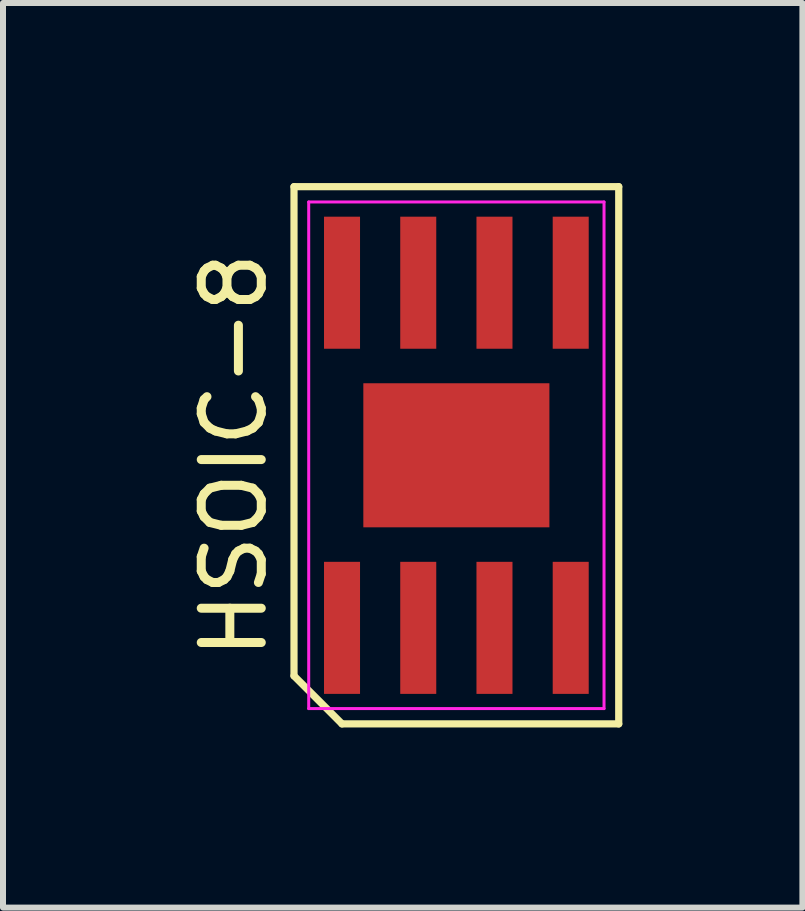
<source format=kicad_pcb>
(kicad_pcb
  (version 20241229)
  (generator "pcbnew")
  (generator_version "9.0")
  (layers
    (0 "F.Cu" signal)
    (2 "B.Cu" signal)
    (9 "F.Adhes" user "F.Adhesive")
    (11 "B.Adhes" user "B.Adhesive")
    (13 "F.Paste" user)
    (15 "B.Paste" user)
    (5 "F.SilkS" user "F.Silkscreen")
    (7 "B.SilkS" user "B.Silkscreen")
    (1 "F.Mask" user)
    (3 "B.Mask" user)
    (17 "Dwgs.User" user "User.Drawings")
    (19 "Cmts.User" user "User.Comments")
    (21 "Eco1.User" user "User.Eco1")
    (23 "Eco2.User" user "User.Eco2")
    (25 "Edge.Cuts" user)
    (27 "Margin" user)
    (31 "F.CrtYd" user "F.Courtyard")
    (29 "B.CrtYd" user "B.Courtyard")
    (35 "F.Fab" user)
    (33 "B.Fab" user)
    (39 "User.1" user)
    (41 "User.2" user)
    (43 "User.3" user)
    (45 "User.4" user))
  (footprint "HSOIC-8"
    (layer "F.Cu")
    (at 4.553 4.535)
    (property "Reference" "HSOIC-8" (at -3.705 0 90) (layer "F.SilkS") (effects (font (size 1 1) (thickness 0.15))))
    (attr smd)
    (fp_line (start -2.705 -4.475) (end 2.705 -4.475) (stroke (width 0.12) (type default)) (layer "F.SilkS"))
    (fp_line (start -2.705 3.675) (end -2.705 -4.475) (stroke (width 0.12) (type default)) (layer "F.SilkS"))
    (fp_line (start -1.905 4.475) (end -2.705 3.675) (stroke (width 0.12) (type default)) (layer "F.SilkS"))
    (fp_line (start 2.705 -4.475) (end 2.705 4.475) (stroke (width 0.12) (type default)) (layer "F.SilkS"))
    (fp_line (start 2.705 4.475) (end -1.905 4.475) (stroke (width 0.12) (type default)) (layer "F.SilkS"))
    (fp_line (start -2.46 -4.22) (end 2.46 -4.22) (stroke (width 0.05) (type default)) (layer "F.CrtYd"))
    (fp_line (start -2.46 4.22) (end -2.46 -4.22) (stroke (width 0.05) (type default)) (layer "F.CrtYd"))
    (fp_line (start 2.46 -4.22) (end 2.46 4.22) (stroke (width 0.05) (type default)) (layer "F.CrtYd"))
    (fp_line (start 2.46 4.22) (end -2.46 4.22) (stroke (width 0.05) (type default)) (layer "F.CrtYd"))
    (pad "1" smd rect (at -1.905 2.875) (size 0.6 2.2) (layers "F.Cu" "F.Mask" "F.Paste"))
    (pad "2" smd rect (at -0.635 2.875) (size 0.6 2.2) (layers "F.Cu" "F.Mask" "F.Paste"))
    (pad "3" smd rect (at 0.635 2.875) (size 0.6 2.2) (layers "F.Cu" "F.Mask" "F.Paste"))
    (pad "4" smd rect (at 1.905 2.875) (size 0.6 2.2) (layers "F.Cu" "F.Mask" "F.Paste"))
    (pad "5" smd rect (at 1.905 -2.875) (size 0.6 2.2) (layers "F.Cu" "F.Mask" "F.Paste"))
    (pad "6" smd rect (at 0.635 -2.875) (size 0.6 2.2) (layers "F.Cu" "F.Mask" "F.Paste"))
    (pad "7" smd rect (at -0.635 -2.875) (size 0.6 2.2) (layers "F.Cu" "F.Mask" "F.Paste"))
    (pad "8" smd rect (at -1.905 -2.875) (size 0.6 2.2) (layers "F.Cu" "F.Mask" "F.Paste"))
    (pad "9" smd rect (at 0 0) (size 3.1 2.4) (layers "F.Cu" "F.Mask" "F.Paste")))
  (gr_rect
    (start -3 -3)
    (end 10.318 12.07)
    (stroke (width 0.1) (type default))
    (fill no)
    (layer "Edge.Cuts")))
</source>
